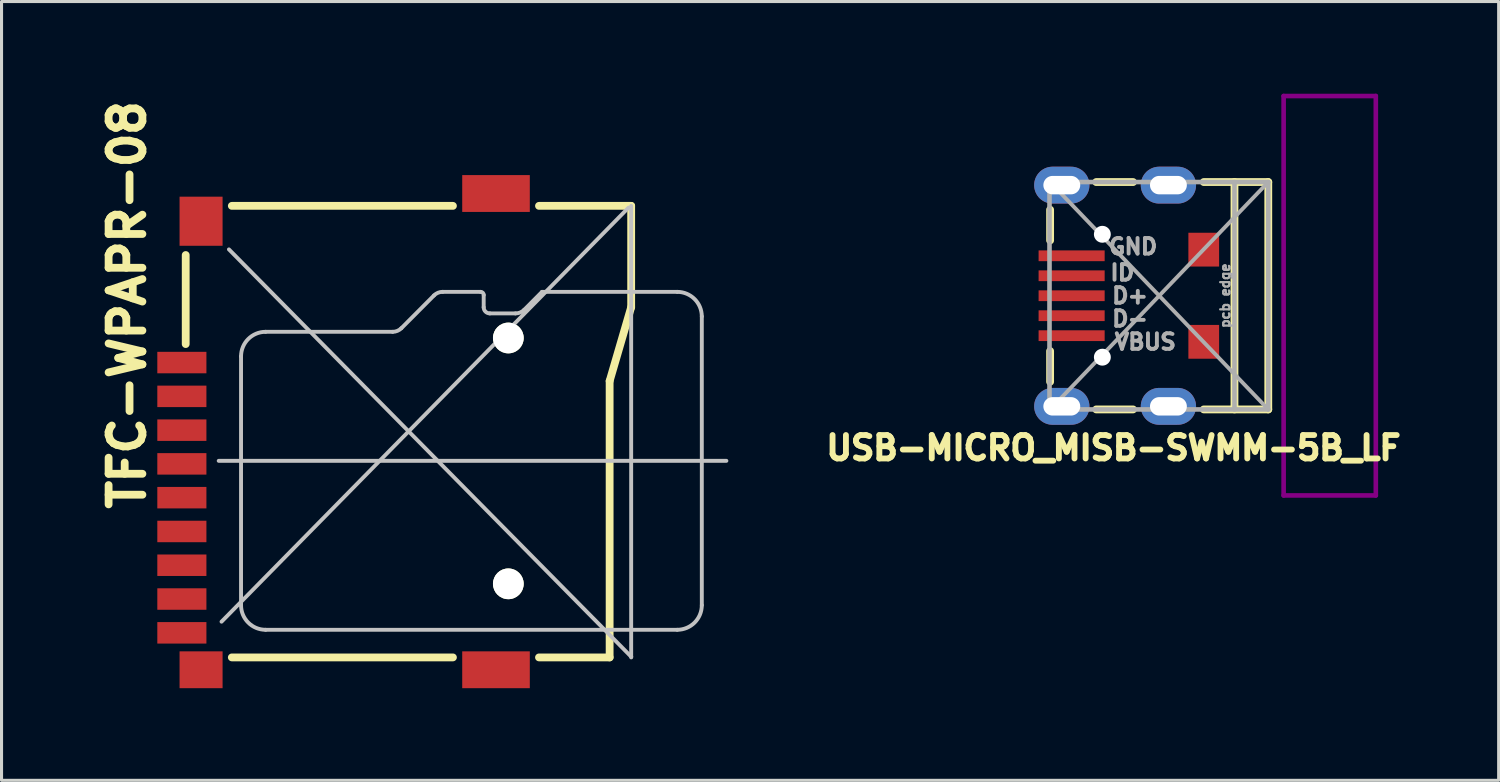
<source format=kicad_pcb>
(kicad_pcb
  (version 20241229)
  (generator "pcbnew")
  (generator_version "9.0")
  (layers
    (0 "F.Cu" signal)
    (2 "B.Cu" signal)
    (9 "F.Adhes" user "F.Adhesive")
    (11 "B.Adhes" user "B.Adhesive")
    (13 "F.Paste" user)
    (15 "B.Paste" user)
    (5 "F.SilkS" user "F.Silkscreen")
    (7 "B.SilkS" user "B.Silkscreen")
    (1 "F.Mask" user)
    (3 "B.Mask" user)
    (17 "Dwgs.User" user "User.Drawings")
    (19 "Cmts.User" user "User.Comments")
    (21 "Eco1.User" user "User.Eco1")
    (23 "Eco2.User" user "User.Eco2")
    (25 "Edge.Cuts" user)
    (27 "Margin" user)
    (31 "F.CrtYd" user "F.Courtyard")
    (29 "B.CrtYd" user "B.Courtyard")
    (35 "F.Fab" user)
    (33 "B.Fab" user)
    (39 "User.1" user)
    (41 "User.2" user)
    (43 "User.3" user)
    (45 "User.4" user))
  (footprint "TFC-WPAPR-08"
    (layer "F.Cu")
    (at 10.243 10.998)
    (property "Reference" "TFC-WPAPR-08" (at -9.154 -4.128 90) (layer "F.SilkS") (effects (font (size 1.1 1.1) (thickness 0.254))))
    (attr smd)
    (fp_line (start -7.249 -2.85) (end -7.249 -5.748) (stroke (width 0.254) (type solid)) (layer "F.SilkS"))
    (fp_line (start -5.748 -7.348) (end 1.448 -7.348) (stroke (width 0.254) (type solid)) (layer "F.SilkS"))
    (fp_line (start -5.748 7.348) (end 1.448 7.348) (stroke (width 0.254) (type solid)) (layer "F.SilkS"))
    (fp_line (start 4.249 -7.348) (end 7.249 -7.348) (stroke (width 0.254) (type solid)) (layer "F.SilkS"))
    (fp_line (start 4.249 7.348) (end 6.548 7.348) (stroke (width 0.254) (type solid)) (layer "F.SilkS"))
    (fp_line (start 6.548 -1.648) (end 6.548 7.348) (stroke (width 0.254) (type solid)) (layer "F.SilkS"))
    (fp_line (start 7.249 -7.348) (end 7.249 -4.049) (stroke (width 0.254) (type solid)) (layer "F.SilkS"))
    (fp_line (start 7.249 -4.049) (end 6.548 -1.648) (stroke (width 0.254) (type solid)) (layer "F.SilkS"))
    (fp_line (start -6.175 0.95) (end 10.348 0.95) (stroke (width 0.127) (type solid)) (layer "Dwgs.User"))
    (fp_line (start -6.083 6.185) (end 7.163 -7.29) (stroke (width 0.127) (type solid)) (layer "Dwgs.User"))
    (fp_line (start -5.842 -5.931) (end 7.252 7.328) (stroke (width 0.127) (type solid)) (layer "Dwgs.User"))
    (fp_line (start -5.448 5.649) (end -5.448 -2.449) (stroke (width 0.127) (type solid)) (layer "Dwgs.User"))
    (fp_line (start -4.648 -3.249) (end -0.516 -3.249) (stroke (width 0.127) (type solid)) (layer "Dwgs.User"))
    (fp_line (start -0.231 -3.365) (end 0.831 -4.432) (stroke (width 0.127) (type solid)) (layer "Dwgs.User"))
    (fp_line (start 1.115 -4.549) (end 2.349 -4.549) (stroke (width 0.127) (type solid)) (layer "Dwgs.User"))
    (fp_line (start 2.449 -4.448) (end 2.449 -4.049) (stroke (width 0.127) (type solid)) (layer "Dwgs.User"))
    (fp_line (start 2.649 -3.848) (end 3.482 -3.848) (stroke (width 0.127) (type solid)) (layer "Dwgs.User"))
    (fp_line (start 3.767 -3.965) (end 4.348 -4.549) (stroke (width 0.127) (type solid)) (layer "Dwgs.User"))
    (fp_line (start 4.348 -4.549) (end 8.748 -4.549) (stroke (width 0.127) (type solid)) (layer "Dwgs.User"))
    (fp_line (start 7.249 -7.348) (end 7.249 7.348) (stroke (width 0.127) (type solid)) (layer "Dwgs.User"))
    (fp_line (start 8.748 6.449) (end -4.648 6.449) (stroke (width 0.127) (type solid)) (layer "Dwgs.User"))
    (fp_line (start 9.548 -3.749) (end 9.548 5.649) (stroke (width 0.127) (type solid)) (layer "Dwgs.User"))
    (fp_arc (start -5.4483 -2.44856) (mid -5.213956 -3.014316) (end -4.6482 -3.24866) (stroke (width 0.127) (type solid)) (layer "Dwgs.User"))
    (fp_arc (start -4.6482 6.44906) (mid -5.213956 6.214716) (end -5.4483 5.64896) (stroke (width 0.127) (type solid)) (layer "Dwgs.User"))
    (fp_arc (start -0.23114 -3.3655) (mid -0.360495 -3.279068) (end -0.51308 -3.248717) (stroke (width 0.127) (type solid)) (layer "Dwgs.User"))
    (fp_arc (start 0.83058 -4.4323) (mid 0.960776 -4.519377) (end 1.114358 -4.550135) (stroke (width 0.127) (type solid)) (layer "Dwgs.User"))
    (fp_arc (start 2.3495 -4.54914) (mid 2.421342 -4.519382) (end 2.4511 -4.44754) (stroke (width 0.127) (type solid)) (layer "Dwgs.User"))
    (fp_arc (start 2.64922 -3.8481) (mid 2.507332 -3.906872) (end 2.44856 -4.04876) (stroke (width 0.127) (type solid)) (layer "Dwgs.User"))
    (fp_arc (start 3.76682 -3.96494) (mid 3.636299 -3.877729) (end 3.48234 -3.847105) (stroke (width 0.127) (type solid)) (layer "Dwgs.User"))
    (fp_arc (start 8.74776 -4.54914) (mid 9.313516 -4.314796) (end 9.54786 -3.74904) (stroke (width 0.127) (type solid)) (layer "Dwgs.User"))
    (fp_arc (start 9.54786 5.64896) (mid 9.313516 6.214716) (end 8.74776 6.44906) (stroke (width 0.127) (type solid)) (layer "Dwgs.User"))
    (pad "" np_thru_hole circle (at 3.251 -3.048) (size 1 1) (drill 1) (layers "*.Cu" "*.Mask" "F.SilkS"))
    (pad "" np_thru_hole circle (at 3.251 4.953) (size 1 1) (drill 1) (layers "*.Cu" "*.Mask" "F.SilkS"))
    (pad "1" smd rect (at -7.374 -2.248 270) (size 0.699 1.598) (layers "F.Cu" "F.Mask" "F.Paste"))
    (pad "2" smd rect (at -7.374 -1.148 270) (size 0.699 1.598) (layers "F.Cu" "F.Mask" "F.Paste"))
    (pad "3" smd rect (at -7.374 -0.048 270) (size 0.699 1.598) (layers "F.Cu" "F.Mask" "F.Paste"))
    (pad "4" smd rect (at -7.374 1.049 270) (size 0.699 1.598) (layers "F.Cu" "F.Mask" "F.Paste"))
    (pad "5" smd rect (at -7.374 2.149 270) (size 0.699 1.598) (layers "F.Cu" "F.Mask" "F.Paste"))
    (pad "6" smd rect (at -7.374 3.249 270) (size 0.699 1.598) (layers "F.Cu" "F.Mask" "F.Paste"))
    (pad "7" smd rect (at -7.374 4.348 270) (size 0.699 1.598) (layers "F.Cu" "F.Mask" "F.Paste"))
    (pad "8" smd rect (at -7.374 5.448 270) (size 0.699 1.598) (layers "F.Cu" "F.Mask" "F.Paste"))
    (pad "9" smd rect (at -7.374 6.548 270) (size 0.699 1.598) (layers "F.Cu" "F.Mask" "F.Paste"))
    (pad "10" smd rect (at -6.749 7.75 270) (size 1.199 1.4) (layers "F.Cu" "F.Mask" "F.Paste"))
    (pad "11" smd rect (at -6.749 -6.848 270) (size 1.598 1.4) (layers "F.Cu" "F.Mask" "F.Paste"))
    (pad "12" smd rect (at 2.85 7.75 270) (size 1.199 2.2) (layers "F.Cu" "F.Mask" "F.Paste"))
    (pad "13" smd rect (at 2.85 -7.75 270) (size 1.199 2.2) (layers "F.Cu" "F.Mask" "F.Paste")))
  (footprint "USB-MICRO_MISB-SWMM-5B_LF"
    (layer "F.Cu")
    (at 34.727 6.575)
    (property "Reference" "USB-MICRO_MISB-SWMM-5B_LF" (at -1.537 4.953 0) (layer "F.SilkS") (effects (font (size 0.762 0.762) (thickness 0.191))))
    (attr smd)
    (fp_line (start -3.6 -2.8) (end -3.6 -1.8) (stroke (width 0.254) (type solid)) (layer "F.SilkS"))
    (fp_line (start -3.6 1.8) (end -3.6 2.8) (stroke (width 0.254) (type solid)) (layer "F.SilkS"))
    (fp_line (start -2.1 -3.7) (end -0.9 -3.7) (stroke (width 0.254) (type solid)) (layer "F.SilkS"))
    (fp_line (start -2.1 3.7) (end -0.9 3.7) (stroke (width 0.254) (type solid)) (layer "F.SilkS"))
    (fp_line (start 1.4 -3.7) (end 3.5 -3.7) (stroke (width 0.254) (type solid)) (layer "F.SilkS"))
    (fp_line (start 2.4 -3.7) (end 2.4 3.7) (stroke (width 0.254) (type solid)) (layer "F.SilkS"))
    (fp_line (start 3.5 -3.7) (end 3.5 3.7) (stroke (width 0.254) (type solid)) (layer "F.SilkS"))
    (fp_line (start 3.5 3.7) (end 1.4 3.7) (stroke (width 0.254) (type solid)) (layer "F.SilkS"))
    (fp_line (start 4 -6.5) (end 7 -6.5) (stroke (width 0.15) (type solid)) (layer "F.Adhes"))
    (fp_line (start 4 6.5) (end 4 -6.5) (stroke (width 0.15) (type solid)) (layer "F.Adhes"))
    (fp_line (start 7 -6.5) (end 7 6.5) (stroke (width 0.15) (type solid)) (layer "F.Adhes"))
    (fp_line (start 7 6.5) (end 4 6.5) (stroke (width 0.15) (type solid)) (layer "F.Adhes"))
    (fp_line (start -3.62 -3.7) (end 3.5 -3.7) (stroke (width 0.15) (type solid)) (layer "F.Fab"))
    (fp_line (start -3.62 3.7) (end -3.62 -3.7) (stroke (width 0.15) (type solid)) (layer "F.Fab"))
    (fp_line (start 2.4 3.7) (end 2.4 -3.7) (stroke (width 0.15) (type solid)) (layer "F.Fab"))
    (fp_line (start 3.5 -3.7) (end -3.6 3.7) (stroke (width 0.127) (type solid)) (layer "F.Fab"))
    (fp_line (start 3.5 -3.7) (end 3.5 3.7) (stroke (width 0.15) (type solid)) (layer "F.Fab"))
    (fp_line (start 3.5 3.7) (end -3.62 3.7) (stroke (width 0.15) (type solid)) (layer "F.Fab"))
    (fp_line (start 3.5 3.7) (end -3.6 -3.7) (stroke (width 0.127) (type solid)) (layer "F.Fab"))
    (fp_text user "D+" (at -1 0 0) (layer "F.Fab") (effects (font (size 0.508 0.508) (thickness 0.127))))
    (fp_text user "ID" (at -1.25 -0.75 0) (layer "F.Fab") (effects (font (size 0.508 0.508) (thickness 0.127))))
    (fp_text user "pcb edge" (at 2.1 0 90) (layer "F.Fab") (effects (font (size 0.3 0.3) (thickness 0.075))))
    (fp_text user "VBUS" (at -0.5 1.5 0) (layer "F.Fab") (effects (font (size 0.508 0.508) (thickness 0.127))))
    (fp_text user "D-" (at -1 0.75 0) (layer "F.Fab") (effects (font (size 0.508 0.508) (thickness 0.127))))
    (fp_text user "GND" (at -0.9 -1.6 0) (layer "F.Fab") (effects (font (size 0.508 0.508) (thickness 0.127))))
    (pad "" np_thru_hole circle (at -1.9 -2 90) (size 0.55 0.55) (drill 0.55) (layers "*.Cu" "*.Mask"))
    (pad "" np_thru_hole circle (at -1.9 2 90) (size 0.55 0.55) (drill 0.55) (layers "*.Cu" "*.Mask"))
    (pad "0" thru_hole oval (at -3.22 -3.6 90) (size 1.2 1.8) (drill oval 0.6 1.2) (layers "*.Cu" "*.Mask"))
    (pad "0" thru_hole oval (at -3.22 3.6 90) (size 1.2 1.8) (drill oval 0.6 1.2) (layers "*.Cu" "*.Mask"))
    (pad "0" thru_hole oval (at 0.25 -3.6 90) (size 1.2 1.8) (drill oval 0.6 1.2) (layers "*.Cu" "*.Mask"))
    (pad "0" thru_hole oval (at 0.25 3.6 90) (size 1.2 1.8) (drill oval 0.6 1.2) (layers "*.Cu" "*.Mask"))
    (pad "0" smd rect (at 1.4 -1.5 90) (size 1.1 1) (layers "F.Cu" "F.Mask" "F.Paste"))
    (pad "0" smd rect (at 1.4 1.5 90) (size 1.1 1) (layers "F.Cu" "F.Mask" "F.Paste"))
    (pad "1" smd rect (at -2.9 1.3 90) (size 0.35 2.15) (layers "F.Cu" "F.Mask" "F.Paste"))
    (pad "2" smd rect (at -2.9 0.65 90) (size 0.35 2.15) (layers "F.Cu" "F.Mask" "F.Paste"))
    (pad "3" smd rect (at -2.9 0 90) (size 0.35 2.15) (layers "F.Cu" "F.Mask" "F.Paste"))
    (pad "4" smd rect (at -2.9 -0.65 90) (size 0.35 2.15) (layers "F.Cu" "F.Mask" "F.Paste"))
    (pad "5" smd rect (at -2.9 -1.3 90) (size 0.35 2.15) (layers "F.Cu" "F.Mask" "F.Paste")))
  (gr_rect
    (start -3 -3)
    (end 45.725 22.347)
    (stroke (width 0.1) (type default))
    (fill no)
    (layer "Edge.Cuts")))
</source>
